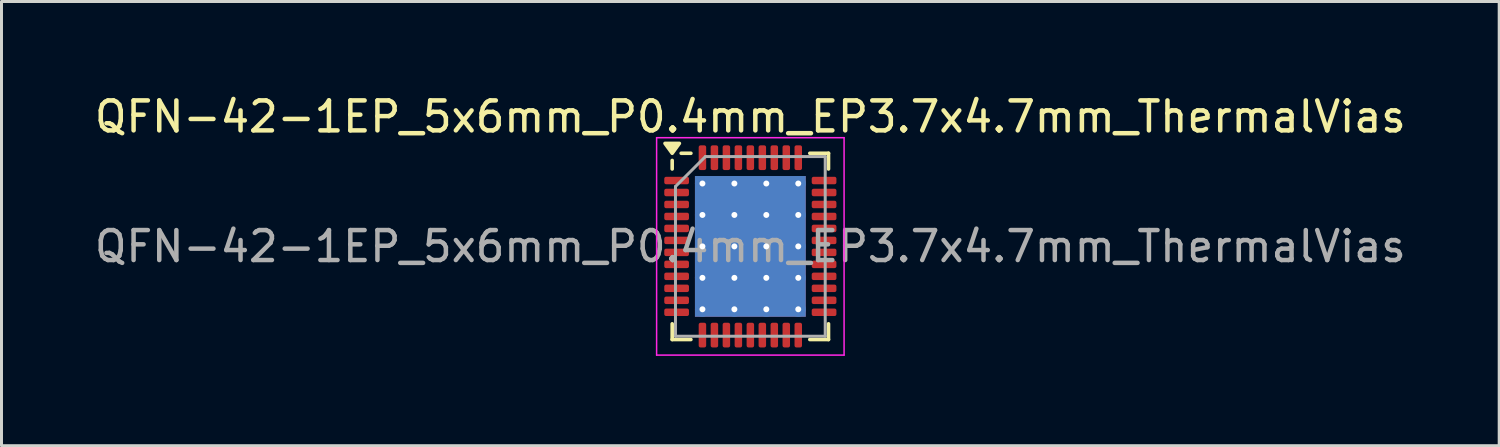
<source format=kicad_pcb>
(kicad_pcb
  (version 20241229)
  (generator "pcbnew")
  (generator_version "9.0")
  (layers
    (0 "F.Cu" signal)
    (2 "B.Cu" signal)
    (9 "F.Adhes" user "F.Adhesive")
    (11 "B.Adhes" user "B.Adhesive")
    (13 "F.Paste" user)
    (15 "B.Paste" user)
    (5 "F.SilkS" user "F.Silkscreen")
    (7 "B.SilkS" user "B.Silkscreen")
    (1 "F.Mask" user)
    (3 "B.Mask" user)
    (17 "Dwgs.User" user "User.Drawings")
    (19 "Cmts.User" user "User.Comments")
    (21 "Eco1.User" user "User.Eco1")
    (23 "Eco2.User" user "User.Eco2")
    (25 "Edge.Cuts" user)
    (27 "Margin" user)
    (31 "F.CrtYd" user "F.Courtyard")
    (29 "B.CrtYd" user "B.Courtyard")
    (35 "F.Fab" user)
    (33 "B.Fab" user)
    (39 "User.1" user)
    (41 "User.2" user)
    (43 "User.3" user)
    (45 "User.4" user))
  (footprint "QFN-42-1EP_5x6mm_P0.4mm_EP3.7x4.7mm_ThermalVias"
    (layer "F.Cu")
    (at 22.006 5.178)
    (property "Reference" "QFN-42-1EP_5x6mm_P0.4mm_EP3.7x4.7mm_ThermalVias" (at 0 -4.33 0) (layer "F.SilkS") (effects (font (size 1 1) (thickness 0.15))))
    (attr smd)
    (fp_line (start -2.61 -2.585) (end -2.61 -2.87) (stroke (width 0.12) (type solid)) (layer "F.SilkS"))
    (fp_line (start -2.61 3.11) (end -2.61 2.585) (stroke (width 0.12) (type solid)) (layer "F.SilkS"))
    (fp_line (start -1.985 -3.11) (end -2.31 -3.11) (stroke (width 0.12) (type solid)) (layer "F.SilkS"))
    (fp_line (start -1.985 3.11) (end -2.61 3.11) (stroke (width 0.12) (type solid)) (layer "F.SilkS"))
    (fp_line (start 1.985 -3.11) (end 2.61 -3.11) (stroke (width 0.12) (type solid)) (layer "F.SilkS"))
    (fp_line (start 1.985 3.11) (end 2.61 3.11) (stroke (width 0.12) (type solid)) (layer "F.SilkS"))
    (fp_line (start 2.61 -3.11) (end 2.61 -2.585) (stroke (width 0.12) (type solid)) (layer "F.SilkS"))
    (fp_line (start 2.61 3.11) (end 2.61 2.585) (stroke (width 0.12) (type solid)) (layer "F.SilkS"))
    (fp_poly (pts (xy -2.61 -3.11) (xy -2.85 -3.44) (xy -2.37 -3.44) (xy -2.61 -3.11)) (stroke (width 0.12) (type solid)) (fill yes) (layer "F.SilkS"))
    (fp_line (start -3.13 -3.63) (end -3.13 3.63) (stroke (width 0.05) (type solid)) (layer "F.CrtYd"))
    (fp_line (start -3.13 3.63) (end 3.13 3.63) (stroke (width 0.05) (type solid)) (layer "F.CrtYd"))
    (fp_line (start 3.13 -3.63) (end -3.13 -3.63) (stroke (width 0.05) (type solid)) (layer "F.CrtYd"))
    (fp_line (start 3.13 3.63) (end 3.13 -3.63) (stroke (width 0.05) (type solid)) (layer "F.CrtYd"))
    (fp_line (start -2.5 -2) (end -1.5 -3) (stroke (width 0.1) (type solid)) (layer "F.Fab"))
    (fp_line (start -2.5 3) (end -2.5 -2) (stroke (width 0.1) (type solid)) (layer "F.Fab"))
    (fp_line (start -1.5 -3) (end 2.5 -3) (stroke (width 0.1) (type solid)) (layer "F.Fab"))
    (fp_line (start 2.5 -3) (end 2.5 3) (stroke (width 0.1) (type solid)) (layer "F.Fab"))
    (fp_line (start 2.5 3) (end -2.5 3) (stroke (width 0.1) (type solid)) (layer "F.Fab"))
    (fp_text user "${REFERENCE}" (at 0 0 0) (layer "F.Fab") (effects (font (size 1 1) (thickness 0.15))))
    (pad "" smd custom (at -1.067 -1.575) (size 0.799 0.799) (layers "F.Paste") (options (anchor circle)) (primitives (gr_poly (pts (xy -0.366 -0.252) (xy -0.274 -0.344) (xy 0.274 -0.344) (xy 0.366 -0.252) (xy 0.366 0.252) (xy 0.274 0.344) (xy -0.274 0.344) (xy -0.366 0.252)) (width 0.222) (fill yes))))
    (pad "" smd custom (at -1.067 -0.525) (size 0.799 0.799) (layers "F.Paste") (options (anchor circle)) (primitives (gr_poly (pts (xy -0.366 -0.252) (xy -0.274 -0.344) (xy 0.274 -0.344) (xy 0.366 -0.252) (xy 0.366 0.252) (xy 0.274 0.344) (xy -0.274 0.344) (xy -0.366 0.252)) (width 0.222) (fill yes))))
    (pad "" smd custom (at -1.067 0.525) (size 0.799 0.799) (layers "F.Paste") (options (anchor circle)) (primitives (gr_poly (pts (xy -0.366 -0.252) (xy -0.274 -0.344) (xy 0.274 -0.344) (xy 0.366 -0.252) (xy 0.366 0.252) (xy 0.274 0.344) (xy -0.274 0.344) (xy -0.366 0.252)) (width 0.222) (fill yes))))
    (pad "" smd custom (at -1.067 1.575) (size 0.799 0.799) (layers "F.Paste") (options (anchor circle)) (primitives (gr_poly (pts (xy -0.366 -0.252) (xy -0.274 -0.344) (xy 0.274 -0.344) (xy 0.366 -0.252) (xy 0.366 0.252) (xy 0.274 0.344) (xy -0.274 0.344) (xy -0.366 0.252)) (width 0.222) (fill yes))))
    (pad "" smd custom (at 0 -1.575) (size 0.799 0.799) (layers "F.Paste") (options (anchor circle)) (primitives (gr_poly (pts (xy -0.366 -0.252) (xy -0.274 -0.344) (xy 0.274 -0.344) (xy 0.366 -0.252) (xy 0.366 0.252) (xy 0.274 0.344) (xy -0.274 0.344) (xy -0.366 0.252)) (width 0.222) (fill yes))))
    (pad "" smd custom (at 0 -0.525) (size 0.799 0.799) (layers "F.Paste") (options (anchor circle)) (primitives (gr_poly (pts (xy -0.366 -0.252) (xy -0.274 -0.344) (xy 0.274 -0.344) (xy 0.366 -0.252) (xy 0.366 0.252) (xy 0.274 0.344) (xy -0.274 0.344) (xy -0.366 0.252)) (width 0.222) (fill yes))))
    (pad "" smd custom (at 0 0.525) (size 0.799 0.799) (layers "F.Paste") (options (anchor circle)) (primitives (gr_poly (pts (xy -0.366 -0.252) (xy -0.274 -0.344) (xy 0.274 -0.344) (xy 0.366 -0.252) (xy 0.366 0.252) (xy 0.274 0.344) (xy -0.274 0.344) (xy -0.366 0.252)) (width 0.222) (fill yes))))
    (pad "" smd custom (at 0 1.575) (size 0.799 0.799) (layers "F.Paste") (options (anchor circle)) (primitives (gr_poly (pts (xy -0.366 -0.252) (xy -0.274 -0.344) (xy 0.274 -0.344) (xy 0.366 -0.252) (xy 0.366 0.252) (xy 0.274 0.344) (xy -0.274 0.344) (xy -0.366 0.252)) (width 0.222) (fill yes))))
    (pad "" smd custom (at 1.067 -1.575) (size 0.799 0.799) (layers "F.Paste") (options (anchor circle)) (primitives (gr_poly (pts (xy -0.366 -0.252) (xy -0.274 -0.344) (xy 0.274 -0.344) (xy 0.366 -0.252) (xy 0.366 0.252) (xy 0.274 0.344) (xy -0.274 0.344) (xy -0.366 0.252)) (width 0.222) (fill yes))))
    (pad "" smd custom (at 1.067 -0.525) (size 0.799 0.799) (layers "F.Paste") (options (anchor circle)) (primitives (gr_poly (pts (xy -0.366 -0.252) (xy -0.274 -0.344) (xy 0.274 -0.344) (xy 0.366 -0.252) (xy 0.366 0.252) (xy 0.274 0.344) (xy -0.274 0.344) (xy -0.366 0.252)) (width 0.222) (fill yes))))
    (pad "" smd custom (at 1.067 0.525) (size 0.799 0.799) (layers "F.Paste") (options (anchor circle)) (primitives (gr_poly (pts (xy -0.366 -0.252) (xy -0.274 -0.344) (xy 0.274 -0.344) (xy 0.366 -0.252) (xy 0.366 0.252) (xy 0.274 0.344) (xy -0.274 0.344) (xy -0.366 0.252)) (width 0.222) (fill yes))))
    (pad "" smd custom (at 1.067 1.575) (size 0.799 0.799) (layers "F.Paste") (options (anchor circle)) (primitives (gr_poly (pts (xy -0.366 -0.252) (xy -0.274 -0.344) (xy 0.274 -0.344) (xy 0.366 -0.252) (xy 0.366 0.252) (xy 0.274 0.344) (xy -0.274 0.344) (xy -0.366 0.252)) (width 0.222) (fill yes))))
    (pad "1" smd roundrect (at -2.462 -2.2) (size 0.825 0.25) (layers "F.Cu" "F.Mask" "F.Paste") (roundrect_rratio 0.25))
    (pad "2" smd roundrect (at -2.462 -1.8) (size 0.825 0.25) (layers "F.Cu" "F.Mask" "F.Paste") (roundrect_rratio 0.25))
    (pad "3" smd roundrect (at -2.462 -1.4) (size 0.825 0.25) (layers "F.Cu" "F.Mask" "F.Paste") (roundrect_rratio 0.25))
    (pad "4" smd roundrect (at -2.462 -1) (size 0.825 0.25) (layers "F.Cu" "F.Mask" "F.Paste") (roundrect_rratio 0.25))
    (pad "5" smd roundrect (at -2.462 -0.6) (size 0.825 0.25) (layers "F.Cu" "F.Mask" "F.Paste") (roundrect_rratio 0.25))
    (pad "6" smd roundrect (at -2.462 -0.2) (size 0.825 0.25) (layers "F.Cu" "F.Mask" "F.Paste") (roundrect_rratio 0.25))
    (pad "7" smd roundrect (at -2.462 0.2) (size 0.825 0.25) (layers "F.Cu" "F.Mask" "F.Paste") (roundrect_rratio 0.25))
    (pad "8" smd roundrect (at -2.462 0.6) (size 0.825 0.25) (layers "F.Cu" "F.Mask" "F.Paste") (roundrect_rratio 0.25))
    (pad "9" smd roundrect (at -2.462 1) (size 0.825 0.25) (layers "F.Cu" "F.Mask" "F.Paste") (roundrect_rratio 0.25))
    (pad "10" smd roundrect (at -2.462 1.4) (size 0.825 0.25) (layers "F.Cu" "F.Mask" "F.Paste") (roundrect_rratio 0.25))
    (pad "11" smd roundrect (at -2.462 1.8) (size 0.825 0.25) (layers "F.Cu" "F.Mask" "F.Paste") (roundrect_rratio 0.25))
    (pad "12" smd roundrect (at -2.462 2.2) (size 0.825 0.25) (layers "F.Cu" "F.Mask" "F.Paste") (roundrect_rratio 0.25))
    (pad "13" smd roundrect (at -1.6 2.962) (size 0.25 0.825) (layers "F.Cu" "F.Mask" "F.Paste") (roundrect_rratio 0.25))
    (pad "14" smd roundrect (at -1.2 2.962) (size 0.25 0.825) (layers "F.Cu" "F.Mask" "F.Paste") (roundrect_rratio 0.25))
    (pad "15" smd roundrect (at -0.8 2.962) (size 0.25 0.825) (layers "F.Cu" "F.Mask" "F.Paste") (roundrect_rratio 0.25))
    (pad "16" smd roundrect (at -0.4 2.962) (size 0.25 0.825) (layers "F.Cu" "F.Mask" "F.Paste") (roundrect_rratio 0.25))
    (pad "17" smd roundrect (at 0 2.962) (size 0.25 0.825) (layers "F.Cu" "F.Mask" "F.Paste") (roundrect_rratio 0.25))
    (pad "18" smd roundrect (at 0.4 2.962) (size 0.25 0.825) (layers "F.Cu" "F.Mask" "F.Paste") (roundrect_rratio 0.25))
    (pad "19" smd roundrect (at 0.8 2.962) (size 0.25 0.825) (layers "F.Cu" "F.Mask" "F.Paste") (roundrect_rratio 0.25))
    (pad "20" smd roundrect (at 1.2 2.962) (size 0.25 0.825) (layers "F.Cu" "F.Mask" "F.Paste") (roundrect_rratio 0.25))
    (pad "21" smd roundrect (at 1.6 2.962) (size 0.25 0.825) (layers "F.Cu" "F.Mask" "F.Paste") (roundrect_rratio 0.25))
    (pad "22" smd roundrect (at 2.462 2.2) (size 0.825 0.25) (layers "F.Cu" "F.Mask" "F.Paste") (roundrect_rratio 0.25))
    (pad "23" smd roundrect (at 2.462 1.8) (size 0.825 0.25) (layers "F.Cu" "F.Mask" "F.Paste") (roundrect_rratio 0.25))
    (pad "24" smd roundrect (at 2.462 1.4) (size 0.825 0.25) (layers "F.Cu" "F.Mask" "F.Paste") (roundrect_rratio 0.25))
    (pad "25" smd roundrect (at 2.462 1) (size 0.825 0.25) (layers "F.Cu" "F.Mask" "F.Paste") (roundrect_rratio 0.25))
    (pad "26" smd roundrect (at 2.462 0.6) (size 0.825 0.25) (layers "F.Cu" "F.Mask" "F.Paste") (roundrect_rratio 0.25))
    (pad "27" smd roundrect (at 2.462 0.2) (size 0.825 0.25) (layers "F.Cu" "F.Mask" "F.Paste") (roundrect_rratio 0.25))
    (pad "28" smd roundrect (at 2.462 -0.2) (size 0.825 0.25) (layers "F.Cu" "F.Mask" "F.Paste") (roundrect_rratio 0.25))
    (pad "29" smd roundrect (at 2.462 -0.6) (size 0.825 0.25) (layers "F.Cu" "F.Mask" "F.Paste") (roundrect_rratio 0.25))
    (pad "30" smd roundrect (at 2.462 -1) (size 0.825 0.25) (layers "F.Cu" "F.Mask" "F.Paste") (roundrect_rratio 0.25))
    (pad "31" smd roundrect (at 2.462 -1.4) (size 0.825 0.25) (layers "F.Cu" "F.Mask" "F.Paste") (roundrect_rratio 0.25))
    (pad "32" smd roundrect (at 2.462 -1.8) (size 0.825 0.25) (layers "F.Cu" "F.Mask" "F.Paste") (roundrect_rratio 0.25))
    (pad "33" smd roundrect (at 2.462 -2.2) (size 0.825 0.25) (layers "F.Cu" "F.Mask" "F.Paste") (roundrect_rratio 0.25))
    (pad "34" smd roundrect (at 1.6 -2.962) (size 0.25 0.825) (layers "F.Cu" "F.Mask" "F.Paste") (roundrect_rratio 0.25))
    (pad "35" smd roundrect (at 1.2 -2.962) (size 0.25 0.825) (layers "F.Cu" "F.Mask" "F.Paste") (roundrect_rratio 0.25))
    (pad "36" smd roundrect (at 0.8 -2.962) (size 0.25 0.825) (layers "F.Cu" "F.Mask" "F.Paste") (roundrect_rratio 0.25))
    (pad "37" smd roundrect (at 0.4 -2.962) (size 0.25 0.825) (layers "F.Cu" "F.Mask" "F.Paste") (roundrect_rratio 0.25))
    (pad "38" smd roundrect (at 0 -2.962) (size 0.25 0.825) (layers "F.Cu" "F.Mask" "F.Paste") (roundrect_rratio 0.25))
    (pad "39" smd roundrect (at -0.4 -2.962) (size 0.25 0.825) (layers "F.Cu" "F.Mask" "F.Paste") (roundrect_rratio 0.25))
    (pad "40" smd roundrect (at -0.8 -2.962) (size 0.25 0.825) (layers "F.Cu" "F.Mask" "F.Paste") (roundrect_rratio 0.25))
    (pad "41" smd roundrect (at -1.2 -2.962) (size 0.25 0.825) (layers "F.Cu" "F.Mask" "F.Paste") (roundrect_rratio 0.25))
    (pad "42" smd roundrect (at -1.6 -2.962) (size 0.25 0.825) (layers "F.Cu" "F.Mask" "F.Paste") (roundrect_rratio 0.25))
    (pad "43" thru_hole circle (at -1.6 -2.1) (size 0.5 0.5) (drill 0.2) (property pad_prop_heatsink) (layers "*.Cu"))
    (pad "43" thru_hole circle (at -1.6 -1.05) (size 0.5 0.5) (drill 0.2) (property pad_prop_heatsink) (layers "*.Cu"))
    (pad "43" thru_hole circle (at -1.6 0) (size 0.5 0.5) (drill 0.2) (property pad_prop_heatsink) (layers "*.Cu"))
    (pad "43" thru_hole circle (at -1.6 1.05) (size 0.5 0.5) (drill 0.2) (property pad_prop_heatsink) (layers "*.Cu"))
    (pad "43" thru_hole circle (at -1.6 2.1) (size 0.5 0.5) (drill 0.2) (property pad_prop_heatsink) (layers "*.Cu"))
    (pad "43" thru_hole circle (at -0.533 -2.1) (size 0.5 0.5) (drill 0.2) (property pad_prop_heatsink) (layers "*.Cu"))
    (pad "43" thru_hole circle (at -0.533 -1.05) (size 0.5 0.5) (drill 0.2) (property pad_prop_heatsink) (layers "*.Cu"))
    (pad "43" thru_hole circle (at -0.533 0) (size 0.5 0.5) (drill 0.2) (property pad_prop_heatsink) (layers "*.Cu"))
    (pad "43" thru_hole circle (at -0.533 1.05) (size 0.5 0.5) (drill 0.2) (property pad_prop_heatsink) (layers "*.Cu"))
    (pad "43" thru_hole circle (at -0.533 2.1) (size 0.5 0.5) (drill 0.2) (property pad_prop_heatsink) (layers "*.Cu"))
    (pad "43" smd rect (at 0 0) (size 3.7 4.7) (property pad_prop_heatsink) (layers "F.Cu" "F.Mask"))
    (pad "43" smd rect (at 0 0) (size 3.7 4.7) (property pad_prop_heatsink) (layers "B.Cu"))
    (pad "43" thru_hole circle (at 0.533 -2.1) (size 0.5 0.5) (drill 0.2) (property pad_prop_heatsink) (layers "*.Cu"))
    (pad "43" thru_hole circle (at 0.533 -1.05) (size 0.5 0.5) (drill 0.2) (property pad_prop_heatsink) (layers "*.Cu"))
    (pad "43" thru_hole circle (at 0.533 0) (size 0.5 0.5) (drill 0.2) (property pad_prop_heatsink) (layers "*.Cu"))
    (pad "43" thru_hole circle (at 0.533 1.05) (size 0.5 0.5) (drill 0.2) (property pad_prop_heatsink) (layers "*.Cu"))
    (pad "43" thru_hole circle (at 0.533 2.1) (size 0.5 0.5) (drill 0.2) (property pad_prop_heatsink) (layers "*.Cu"))
    (pad "43" thru_hole circle (at 1.6 -2.1) (size 0.5 0.5) (drill 0.2) (property pad_prop_heatsink) (layers "*.Cu"))
    (pad "43" thru_hole circle (at 1.6 -1.05) (size 0.5 0.5) (drill 0.2) (property pad_prop_heatsink) (layers "*.Cu"))
    (pad "43" thru_hole circle (at 1.6 0) (size 0.5 0.5) (drill 0.2) (property pad_prop_heatsink) (layers "*.Cu"))
    (pad "43" thru_hole circle (at 1.6 1.05) (size 0.5 0.5) (drill 0.2) (property pad_prop_heatsink) (layers "*.Cu"))
    (pad "43" thru_hole circle (at 1.6 2.1) (size 0.5 0.5) (drill 0.2) (property pad_prop_heatsink) (layers "*.Cu")))
  (gr_rect
    (start -3 -3)
    (end 47.012 11.833)
    (stroke (width 0.1) (type default))
    (fill no)
    (layer "Edge.Cuts")))
</source>
